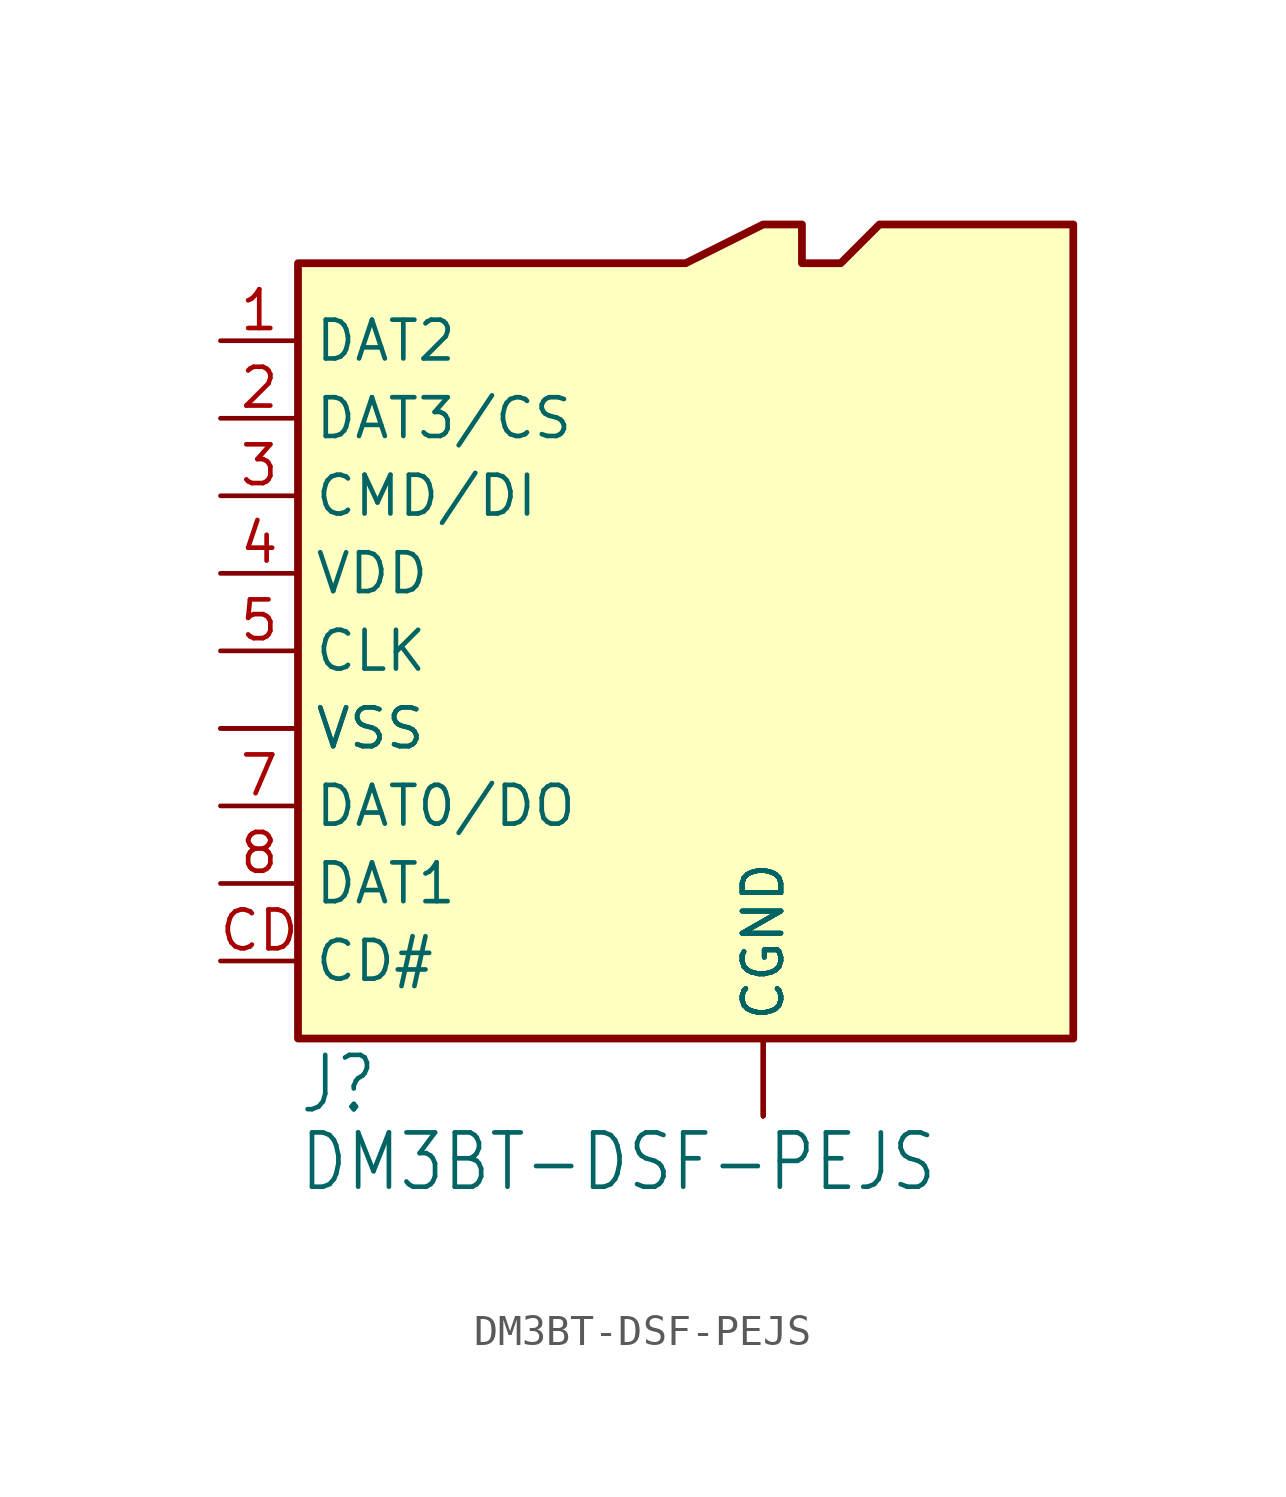
<source format=kicad_sym>
(kicad_symbol_lib
  (version 20241209)
  (generator "kicad_symbol_editor")
  (generator_version "9.0")
  (symbol "DM3BT-DSF-PEJS"
    (property "Reference" "J"
      (at -12.7 -15.24 0)
      (effects (font (size 1.778 1.511)) (justify left bottom)))
    (property "Value" "DM3BT-DSF-PEJS"
      (at -12.7 -17.78 0)
      (effects (font (size 1.778 1.511)) (justify left bottom)))
    (symbol "DM3BT-DSF-PEJS_1_0"
      (pin bidirectional line (at -15.24 10.16 0) (length 2.54) (name "DAT2" (effects (font (size 1.27 1.27)))) (number "1" (effects (font (size 1.27 1.27)))))
      (pin bidirectional line (at -15.24 7.62 0) (length 2.54) (name "DAT3/CS" (effects (font (size 1.27 1.27)))) (number "2" (effects (font (size 1.27 1.27)))))
      (pin bidirectional line (at -15.24 5.08 0) (length 2.54) (name "CMD/DI" (effects (font (size 1.27 1.27)))) (number "3" (effects (font (size 1.27 1.27)))))
      (pin power_in line (at -15.24 2.54 0) (length 2.54) (name "VDD" (effects (font (size 1.27 1.27)))) (number "4" (effects (font (size 1.27 1.27)))))
      (pin bidirectional line (at -15.24 0 0) (length 2.54) (name "CLK" (effects (font (size 1.27 1.27)))) (number "5" (effects (font (size 1.27 1.27)))))
      (pin power_in line (at -15.24 -2.54 0) (length 2.54) (name "VSS" (effects (font (size 1.27 1.27)))) (number "6" (effects (font (size 0 0)))))
      (pin bidirectional line (at -15.24 -2.54 0) (length 2.54) (name "VSS" (effects (font (size 1.27 1.27)))) (number "GND" (effects (font (size 0 0)))))
      (pin bidirectional line (at -15.24 -5.08 0) (length 2.54) (name "DAT0/DO" (effects (font (size 1.27 1.27)))) (number "7" (effects (font (size 1.27 1.27)))))
      (pin bidirectional line (at -15.24 -7.62 0) (length 2.54) (name "DAT1" (effects (font (size 1.27 1.27)))) (number "8" (effects (font (size 1.27 1.27)))))
      (pin bidirectional line (at -15.24 -10.16 0) (length 2.54) (name "CD#" (effects (font (size 1.27 1.27)))) (number "CD" (effects (font (size 1.27 1.27)))))
      (pin power_in line (at 2.54 -15.24 90) (length 2.54) (name "CGND" (effects (font (size 1.27 1.27)))) (number "CGND1" (effects (font (size 0 0)))))
      (pin bidirectional line (at 2.54 -15.24 90) (length 2.54) (name "CGND" (effects (font (size 1.27 1.27)))) (number "CGND2" (effects (font (size 0 0)))))
      (pin bidirectional line (at 2.54 -15.24 90) (length 2.54) (name "CGND" (effects (font (size 1.27 1.27)))) (number "CGND3" (effects (font (size 0 0)))))
      (pin bidirectional line (at 2.54 -15.24 90) (length 2.54) (name "CGND" (effects (font (size 1.27 1.27)))) (number "CGND4" (effects (font (size 0 0)))))
      (pin bidirectional line (at 2.54 -15.24 90) (length 2.54) (name "CGND" (effects (font (size 1.27 1.27)))) (number "CGND5" (effects (font (size 0 0)))))
      (pin bidirectional line (at 2.54 -15.24 90) (length 2.54) (name "CGND" (effects (font (size 1.27 1.27)))) (number "CGND6" (effects (font (size 0 0))))))
    (symbol "DM3BT-DSF-PEJS_1_1"
      (polyline (pts (xy -12.7 12.7) (xy 0 12.7) (xy 2.54 13.97) (xy 3.81 13.97) (xy 3.81 12.7) (xy 5.08 12.7) (xy 6.35 13.97) (xy 12.7 13.97) (xy 12.7 -12.7) (xy -12.7 -12.7) (xy -12.7 12.7)) (stroke (width 0.254) (type solid)) (fill (type background))))))
</source>
